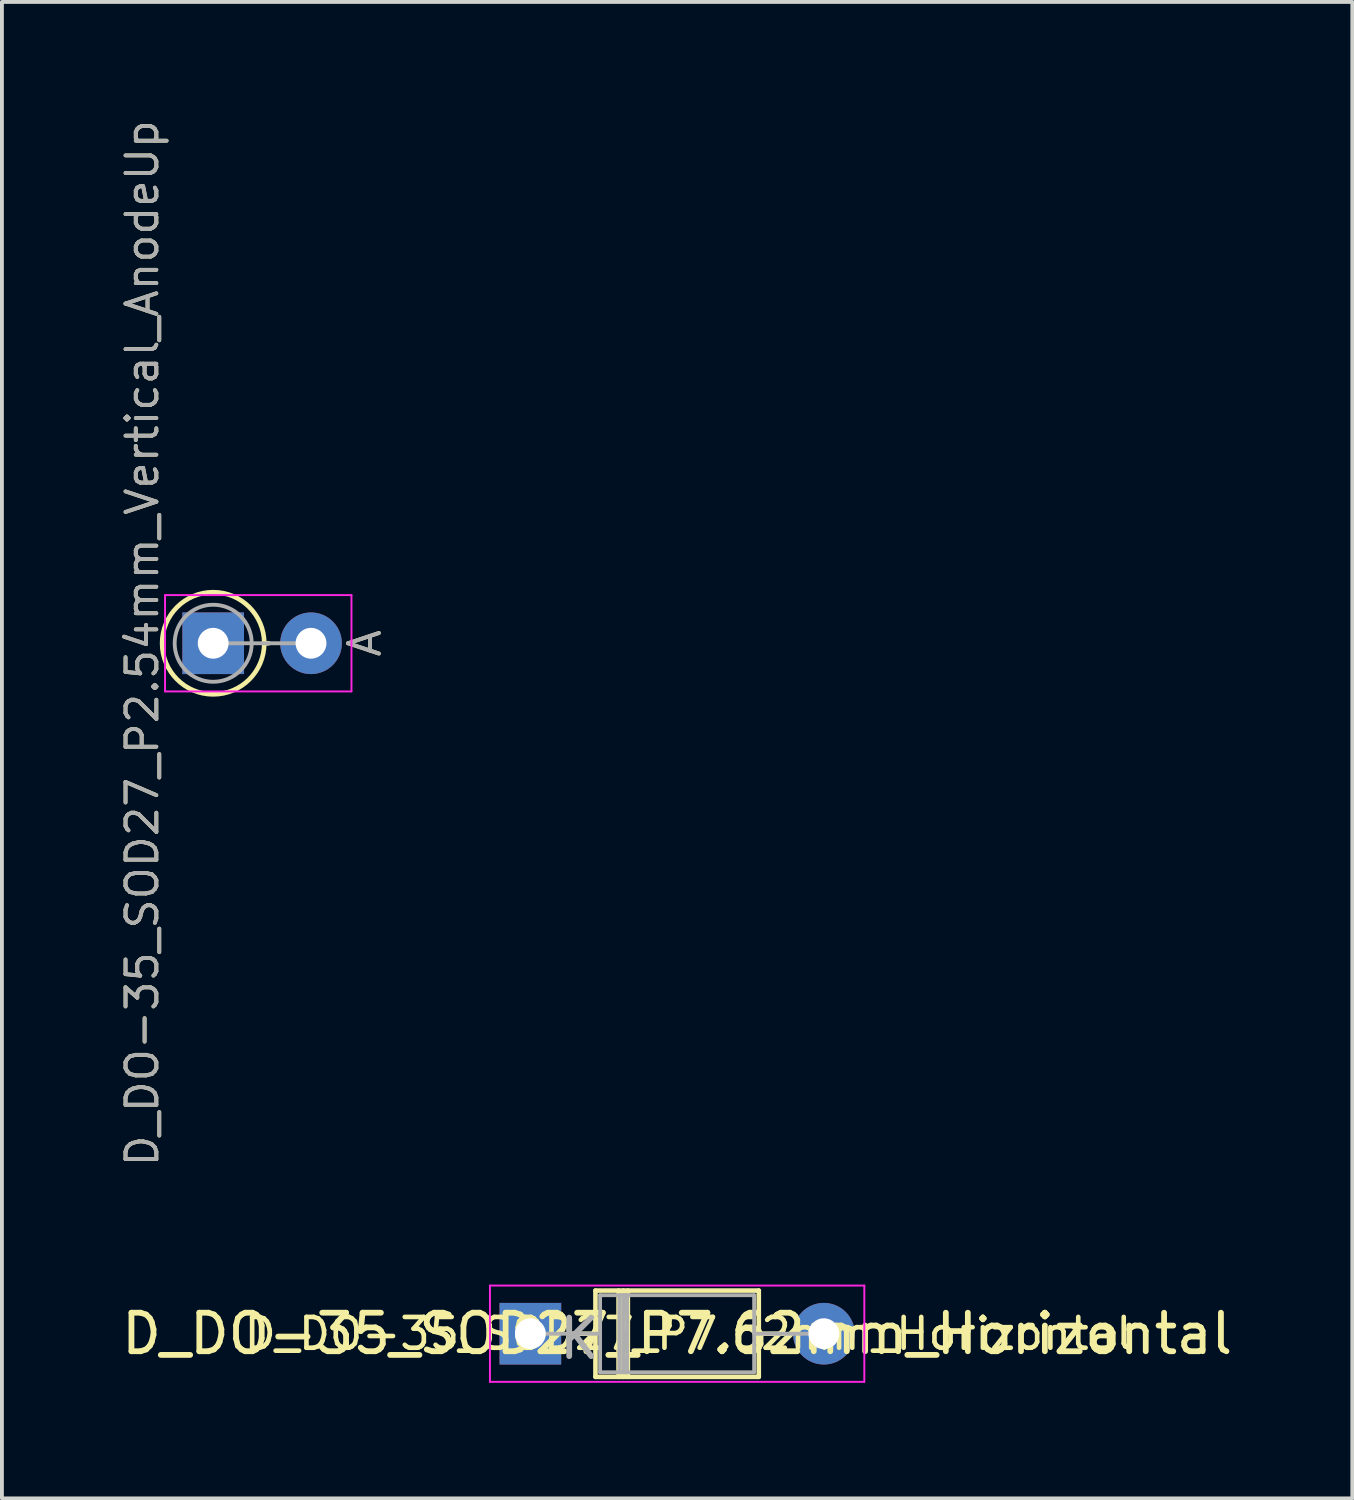
<source format=kicad_pcb>
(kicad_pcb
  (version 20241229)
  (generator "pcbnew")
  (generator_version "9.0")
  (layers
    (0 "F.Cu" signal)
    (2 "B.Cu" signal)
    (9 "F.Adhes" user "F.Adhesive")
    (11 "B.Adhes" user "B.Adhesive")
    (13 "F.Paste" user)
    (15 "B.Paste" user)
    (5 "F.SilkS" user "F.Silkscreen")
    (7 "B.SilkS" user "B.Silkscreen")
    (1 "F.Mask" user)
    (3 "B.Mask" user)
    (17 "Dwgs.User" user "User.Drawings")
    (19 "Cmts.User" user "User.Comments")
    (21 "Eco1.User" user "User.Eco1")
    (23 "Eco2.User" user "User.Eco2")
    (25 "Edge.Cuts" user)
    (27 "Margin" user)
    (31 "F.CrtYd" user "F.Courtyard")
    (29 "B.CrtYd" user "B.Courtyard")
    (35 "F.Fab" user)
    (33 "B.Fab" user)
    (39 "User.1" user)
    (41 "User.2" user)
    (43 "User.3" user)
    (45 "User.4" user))
  (footprint "D_DO-35_SOD27_P2.54mm_Vertical_AnodeUp"
    (layer "F.Cu")
    (at 2.485 13.651)
    (property "Reference" "D_DO-35_SOD27_P2.54mm_Vertical_AnodeUp" (at -1.841 0 90) (layer "F.SilkS") (effects (font (size 0.8 0.8) (thickness 0.1))))
    (attr through_hole)
    (fp_line (start 1.326 0) (end 1.44 0) (stroke (width 0.12) (type solid)) (layer "F.SilkS"))
    (fp_circle (center 0 0) (end 1.326 0) (stroke (width 0.12) (type solid)) (fill no) (layer "F.SilkS"))
    (fp_line (start -1.25 -1.25) (end -1.25 1.25) (stroke (width 0.05) (type solid)) (layer "F.CrtYd"))
    (fp_line (start -1.25 1.25) (end 3.59 1.25) (stroke (width 0.05) (type solid)) (layer "F.CrtYd"))
    (fp_line (start 3.59 -1.25) (end -1.25 -1.25) (stroke (width 0.05) (type solid)) (layer "F.CrtYd"))
    (fp_line (start 3.59 1.25) (end 3.59 -1.25) (stroke (width 0.05) (type solid)) (layer "F.CrtYd"))
    (fp_line (start 0 0) (end 2.54 0) (stroke (width 0.1) (type solid)) (layer "F.Fab"))
    (fp_circle (center 0 0) (end 1 0) (stroke (width 0.1) (type solid)) (fill no) (layer "F.Fab"))
    (fp_text user "A" (at 3.937 0 90) (layer "F.SilkS") (effects (font (size 0.8 0.8) (thickness 0.1))))
    (fp_text user "A" (at 3.937 0 90) (layer "F.Fab") (effects (font (size 0.8 0.8) (thickness 0.1))))
    (fp_text user "${REFERENCE}" (at -1.841 0 90) (layer "F.Fab") (effects (font (size 0.8 0.8) (thickness 0.1))))
    (pad "1" thru_hole rect (at 0 0) (size 1.6 1.6) (drill 0.8) (layers "*.Cu" "*.Mask"))
    (pad "2" thru_hole oval (at 2.54 0) (size 1.6 1.6) (drill 0.8) (layers "*.Cu" "*.Mask")))
  (footprint "D_DO-35_SOD27_P7.62mm_Horizontal"
    (layer "F.Cu")
    (at 10.72 31.577)
    (property "Reference" "D_DO-35_SOD27_P7.62mm_Horizontal" (at 3.81 0 0) (layer "F.SilkS") (effects (font (size 1 1) (thickness 0.15))))
    (attr through_hole)
    (fp_line (start 1.04 0) (end 1.69 0) (stroke (width 0.12) (type solid)) (layer "F.SilkS"))
    (fp_line (start 1.69 -1.12) (end 1.69 1.12) (stroke (width 0.12) (type solid)) (layer "F.SilkS"))
    (fp_line (start 1.69 1.12) (end 5.93 1.12) (stroke (width 0.12) (type solid)) (layer "F.SilkS"))
    (fp_line (start 2.29 -1.12) (end 2.29 1.12) (stroke (width 0.12) (type solid)) (layer "F.SilkS"))
    (fp_line (start 2.41 -1.12) (end 2.41 1.12) (stroke (width 0.12) (type solid)) (layer "F.SilkS"))
    (fp_line (start 2.53 -1.12) (end 2.53 1.12) (stroke (width 0.12) (type solid)) (layer "F.SilkS"))
    (fp_line (start 5.93 -1.12) (end 1.69 -1.12) (stroke (width 0.12) (type solid)) (layer "F.SilkS"))
    (fp_line (start 5.93 1.12) (end 5.93 -1.12) (stroke (width 0.12) (type solid)) (layer "F.SilkS"))
    (fp_line (start 6.58 0) (end 5.93 0) (stroke (width 0.12) (type solid)) (layer "F.SilkS"))
    (fp_line (start -1.05 -1.25) (end -1.05 1.25) (stroke (width 0.05) (type solid)) (layer "F.CrtYd"))
    (fp_line (start -1.05 1.25) (end 8.67 1.25) (stroke (width 0.05) (type solid)) (layer "F.CrtYd"))
    (fp_line (start 8.67 -1.25) (end -1.05 -1.25) (stroke (width 0.05) (type solid)) (layer "F.CrtYd"))
    (fp_line (start 8.67 1.25) (end 8.67 -1.25) (stroke (width 0.05) (type solid)) (layer "F.CrtYd"))
    (fp_line (start 0 0) (end 1.81 0) (stroke (width 0.1) (type solid)) (layer "F.Fab"))
    (fp_line (start 1.81 -1) (end 1.81 1) (stroke (width 0.1) (type solid)) (layer "F.Fab"))
    (fp_line (start 1.81 1) (end 5.81 1) (stroke (width 0.1) (type solid)) (layer "F.Fab"))
    (fp_line (start 2.31 -1) (end 2.31 1) (stroke (width 0.1) (type solid)) (layer "F.Fab"))
    (fp_line (start 2.41 -1) (end 2.41 1) (stroke (width 0.1) (type solid)) (layer "F.Fab"))
    (fp_line (start 2.51 -1) (end 2.51 1) (stroke (width 0.1) (type solid)) (layer "F.Fab"))
    (fp_line (start 5.81 -1) (end 1.81 -1) (stroke (width 0.1) (type solid)) (layer "F.Fab"))
    (fp_line (start 5.81 1) (end 5.81 -1) (stroke (width 0.1) (type solid)) (layer "F.Fab"))
    (fp_line (start 7.62 0) (end 5.81 0) (stroke (width 0.1) (type solid)) (layer "F.Fab"))
    (fp_text user "${REFERENCE}" (at 4.11 0 0) (layer "F.SilkS") (effects (font (size 0.8 0.8) (thickness 0.12))))
    (fp_text user "K" (at 1.27 0.127 0) (layer "F.Fab") (effects (font (size 1 1) (thickness 0.15))))
    (pad "1" thru_hole rect (at 0 0) (size 1.6 1.6) (drill 0.8) (layers "*.Cu" "*.Mask"))
    (pad "2" thru_hole oval (at 7.62 0) (size 1.6 1.6) (drill 0.8) (layers "*.Cu" "*.Mask")))
  (gr_rect
    (start -3 -3)
    (end 32.06 35.852)
    (stroke (width 0.1) (type default))
    (fill no)
    (layer "Edge.Cuts")))
</source>
